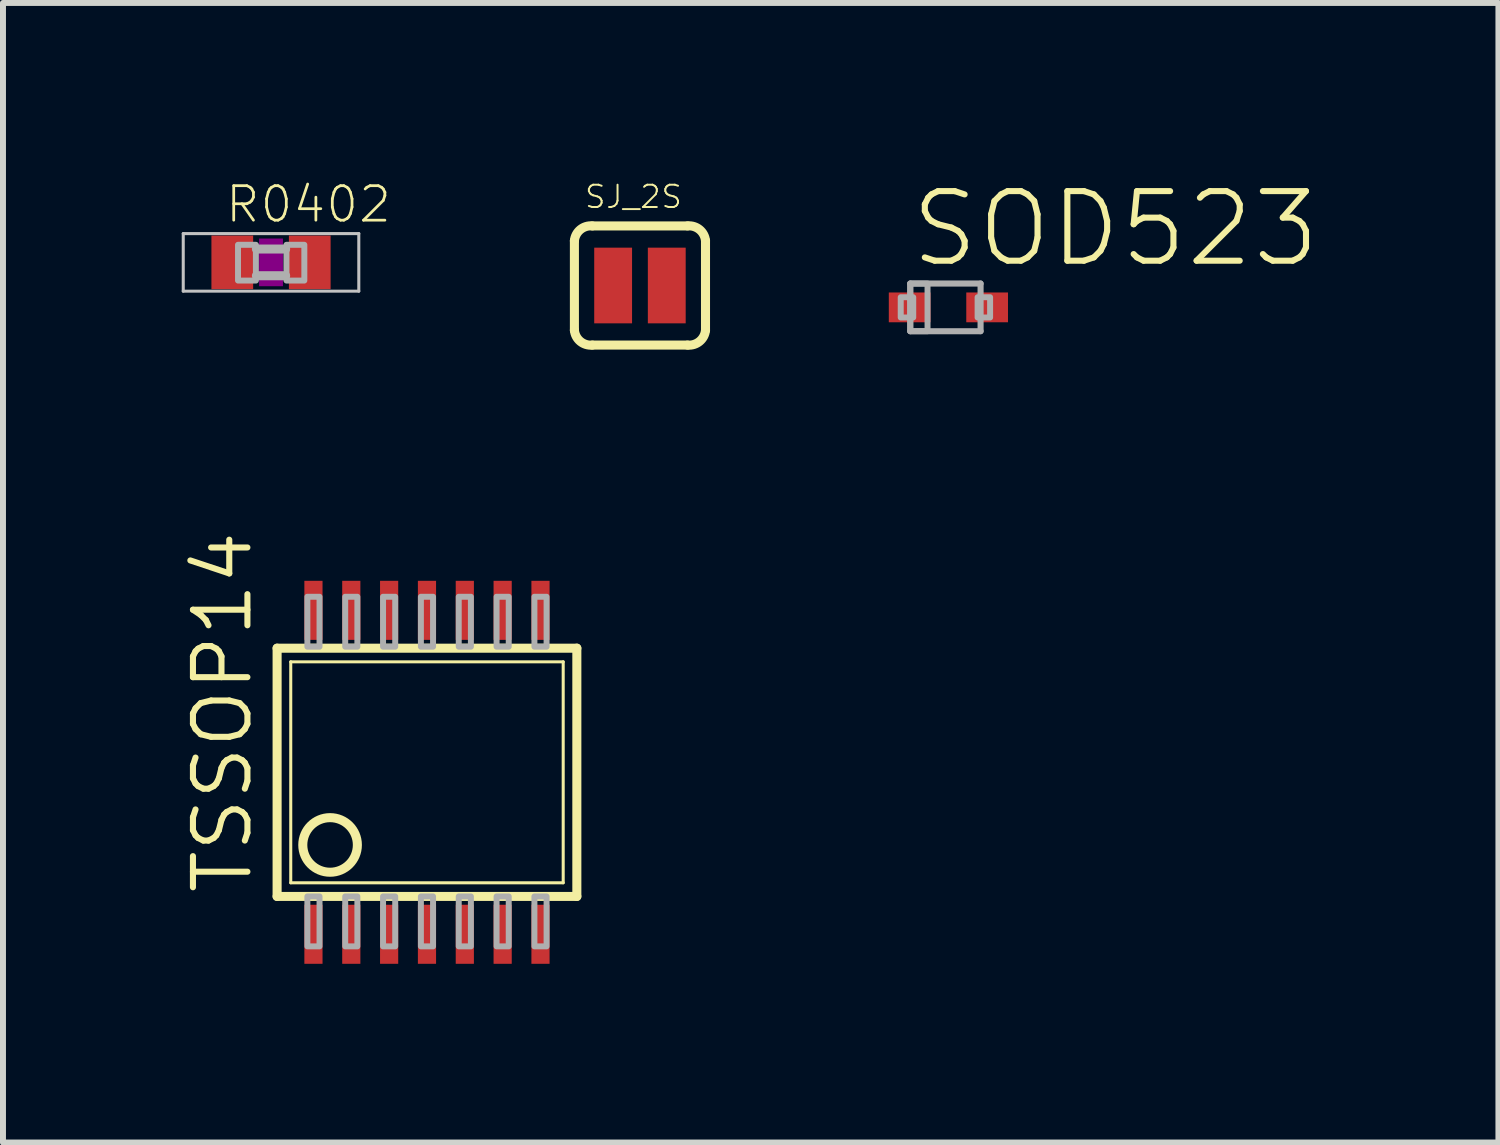
<source format=kicad_pcb>
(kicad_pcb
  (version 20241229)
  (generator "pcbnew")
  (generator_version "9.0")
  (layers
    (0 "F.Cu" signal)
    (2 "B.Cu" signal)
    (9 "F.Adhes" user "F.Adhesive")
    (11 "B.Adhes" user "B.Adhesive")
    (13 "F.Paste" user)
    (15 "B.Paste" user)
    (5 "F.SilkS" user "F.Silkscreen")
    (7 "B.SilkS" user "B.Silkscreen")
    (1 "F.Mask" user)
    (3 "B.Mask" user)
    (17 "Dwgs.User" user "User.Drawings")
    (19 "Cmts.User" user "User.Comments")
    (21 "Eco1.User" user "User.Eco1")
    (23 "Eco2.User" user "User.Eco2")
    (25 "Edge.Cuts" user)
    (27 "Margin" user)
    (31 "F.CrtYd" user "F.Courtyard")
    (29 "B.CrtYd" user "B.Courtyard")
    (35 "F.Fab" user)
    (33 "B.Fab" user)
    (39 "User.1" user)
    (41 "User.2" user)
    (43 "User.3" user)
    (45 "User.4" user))
  (footprint "SJ_2S"
    (layer "F.Cu")
    (at 7.689 1.741)
    (property "Reference" "SJ_2S" (at -0.95 -1.27 0) (layer "F.SilkS") (effects (font (size 0.374 0.374) (thickness 0.033)) (justify left bottom)))
    (fp_line (start -1.1 0.75) (end -1.1 -0.75) (stroke (width 0.152) (type solid)) (layer "F.SilkS"))
    (fp_line (start -0.8 -1) (end 0.8 -1) (stroke (width 0.152) (type solid)) (layer "F.SilkS"))
    (fp_line (start 0.8 1) (end -0.8 1) (stroke (width 0.152) (type solid)) (layer "F.SilkS"))
    (fp_line (start 1.1 0.75) (end 1.1 -0.75) (stroke (width 0.152) (type solid)) (layer "F.SilkS"))
    (fp_arc (start -1.1 -0.75) (mid -1.001777 -0.937132) (end -0.8 -1) (stroke (width 0.1524) (type solid)) (layer "F.SilkS"))
    (fp_arc (start -0.799998 1) (mid -1.001849 0.93722) (end -1.1 0.75) (stroke (width 0.1524) (type solid)) (layer "F.SilkS"))
    (fp_arc (start 0.8 -1) (mid 1.001777 -0.937132) (end 1.1 -0.75) (stroke (width 0.1524) (type solid)) (layer "F.SilkS"))
    (fp_arc (start 1.1 0.75) (mid 1.001777 0.937132) (end 0.8 1) (stroke (width 0.1524) (type solid)) (layer "F.SilkS"))
    (fp_poly (pts (xy -1 1) (xy 1 1) (xy 1 -1) (xy -1 -1)) (stroke (width 0) (type default)) (fill yes) (layer "F.Paste"))
    (pad "1" smd rect (at -0.45 0) (size 0.635 1.27) (layers "F.Cu" "F.Mask" "F.Paste"))
    (pad "2" smd rect (at 0.45 0) (size 0.635 1.27) (layers "F.Cu" "F.Mask" "F.Paste")))
  (footprint "TSSOP14"
    (layer "F.Cu")
    (at 4.115 9.91)
    (property "Reference" "TSSOP14" (at -2.896 2.083 90) (layer "F.SilkS") (effects (font (size 0.914 0.914) (thickness 0.102)) (justify left bottom)))
    (fp_line (start -2.515 2.083) (end -2.515 -2.083) (stroke (width 0.152) (type solid)) (layer "F.SilkS"))
    (fp_line (start -2.515 2.083) (end 2.515 2.083) (stroke (width 0.152) (type solid)) (layer "F.SilkS"))
    (fp_line (start -2.286 1.854) (end -2.286 -1.854) (stroke (width 0.051) (type solid)) (layer "F.SilkS"))
    (fp_line (start -2.286 1.854) (end 2.286 1.854) (stroke (width 0.051) (type solid)) (layer "F.SilkS"))
    (fp_line (start 2.286 -1.854) (end -2.286 -1.854) (stroke (width 0.051) (type solid)) (layer "F.SilkS"))
    (fp_line (start 2.286 -1.854) (end 2.286 1.854) (stroke (width 0.051) (type solid)) (layer "F.SilkS"))
    (fp_line (start 2.515 -2.083) (end -2.515 -2.083) (stroke (width 0.152) (type solid)) (layer "F.SilkS"))
    (fp_line (start 2.515 -2.083) (end 2.515 2.083) (stroke (width 0.152) (type solid)) (layer "F.SilkS"))
    (fp_circle (center -1.626 1.219) (end -1.168 1.219) (stroke (width 0.152) (type solid)) (fill no) (layer "F.SilkS"))
    (fp_poly (pts (xy -2.007 -2.108) (xy -1.803 -2.108) (xy -1.803 -2.946) (xy -2.007 -2.946)) (stroke (width 0.1) (type default)) (fill no) (layer "F.Fab"))
    (fp_poly (pts (xy -2.007 2.921) (xy -1.803 2.921) (xy -1.803 2.083) (xy -2.007 2.083)) (stroke (width 0.1) (type default)) (fill no) (layer "F.Fab"))
    (fp_poly (pts (xy -1.372 -2.108) (xy -1.168 -2.108) (xy -1.168 -2.946) (xy -1.372 -2.946)) (stroke (width 0.1) (type default)) (fill no) (layer "F.Fab"))
    (fp_poly (pts (xy -1.372 2.921) (xy -1.168 2.921) (xy -1.168 2.083) (xy -1.372 2.083)) (stroke (width 0.1) (type default)) (fill no) (layer "F.Fab"))
    (fp_poly (pts (xy -0.737 -2.108) (xy -0.533 -2.108) (xy -0.533 -2.946) (xy -0.737 -2.946)) (stroke (width 0.1) (type default)) (fill no) (layer "F.Fab"))
    (fp_poly (pts (xy -0.737 2.921) (xy -0.533 2.921) (xy -0.533 2.083) (xy -0.737 2.083)) (stroke (width 0.1) (type default)) (fill no) (layer "F.Fab"))
    (fp_poly (pts (xy -0.102 -2.108) (xy 0.102 -2.108) (xy 0.102 -2.946) (xy -0.102 -2.946)) (stroke (width 0.1) (type default)) (fill no) (layer "F.Fab"))
    (fp_poly (pts (xy -0.102 2.921) (xy 0.102 2.921) (xy 0.102 2.083) (xy -0.102 2.083)) (stroke (width 0.1) (type default)) (fill no) (layer "F.Fab"))
    (fp_poly (pts (xy 0.533 -2.108) (xy 0.737 -2.108) (xy 0.737 -2.946) (xy 0.533 -2.946)) (stroke (width 0.1) (type default)) (fill no) (layer "F.Fab"))
    (fp_poly (pts (xy 0.533 2.921) (xy 0.737 2.921) (xy 0.737 2.083) (xy 0.533 2.083)) (stroke (width 0.1) (type default)) (fill no) (layer "F.Fab"))
    (fp_poly (pts (xy 1.168 -2.108) (xy 1.372 -2.108) (xy 1.372 -2.946) (xy 1.168 -2.946)) (stroke (width 0.1) (type default)) (fill no) (layer "F.Fab"))
    (fp_poly (pts (xy 1.168 2.921) (xy 1.372 2.921) (xy 1.372 2.083) (xy 1.168 2.083)) (stroke (width 0.1) (type default)) (fill no) (layer "F.Fab"))
    (fp_poly (pts (xy 1.803 -2.108) (xy 2.007 -2.108) (xy 2.007 -2.946) (xy 1.803 -2.946)) (stroke (width 0.1) (type default)) (fill no) (layer "F.Fab"))
    (fp_poly (pts (xy 1.803 2.921) (xy 2.007 2.921) (xy 2.007 2.083) (xy 1.803 2.083)) (stroke (width 0.1) (type default)) (fill no) (layer "F.Fab"))
    (pad "1" smd rect (at -1.905 2.718) (size 0.305 0.991) (layers "F.Cu" "F.Mask" "F.Paste"))
    (pad "2" smd rect (at -1.27 2.718) (size 0.305 0.991) (layers "F.Cu" "F.Mask" "F.Paste"))
    (pad "3" smd rect (at -0.635 2.718) (size 0.305 0.991) (layers "F.Cu" "F.Mask" "F.Paste"))
    (pad "4" smd rect (at 0 2.718) (size 0.305 0.991) (layers "F.Cu" "F.Mask" "F.Paste"))
    (pad "5" smd rect (at 0.635 2.718) (size 0.305 0.991) (layers "F.Cu" "F.Mask" "F.Paste"))
    (pad "6" smd rect (at 1.27 2.718) (size 0.305 0.991) (layers "F.Cu" "F.Mask" "F.Paste"))
    (pad "7" smd rect (at 1.905 2.718) (size 0.305 0.991) (layers "F.Cu" "F.Mask" "F.Paste"))
    (pad "8" smd rect (at 1.905 -2.718) (size 0.305 0.991) (layers "F.Cu" "F.Mask" "F.Paste"))
    (pad "9" smd rect (at 1.27 -2.718) (size 0.305 0.991) (layers "F.Cu" "F.Mask" "F.Paste"))
    (pad "10" smd rect (at 0.635 -2.718) (size 0.305 0.991) (layers "F.Cu" "F.Mask" "F.Paste"))
    (pad "11" smd rect (at 0 -2.718) (size 0.305 0.991) (layers "F.Cu" "F.Mask" "F.Paste"))
    (pad "12" smd rect (at -0.635 -2.718) (size 0.305 0.991) (layers "F.Cu" "F.Mask" "F.Paste"))
    (pad "13" smd rect (at -1.27 -2.718) (size 0.305 0.991) (layers "F.Cu" "F.Mask" "F.Paste"))
    (pad "14" smd rect (at -1.905 -2.718) (size 0.305 0.991) (layers "F.Cu" "F.Mask" "F.Paste")))
  (footprint "R0402"
    (layer "F.Cu")
    (at 1.498 1.353)
    (property "Reference" "R0402" (at -0.794 -0.635 0) (layer "F.SilkS") (effects (font (size 0.579 0.579) (thickness 0.046)) (justify left bottom)))
    (attr through_hole)
    (fp_poly (pts (xy -0.2 0.4) (xy 0.2 0.4) (xy 0.2 -0.4) (xy -0.2 -0.4)) (stroke (width 0) (type solid)) (fill yes) (layer "F.Adhes"))
    (fp_line (start -1.473 -0.483) (end 1.473 -0.483) (stroke (width 0.051) (type solid)) (layer "Dwgs.User"))
    (fp_line (start -1.473 0.483) (end -1.473 -0.483) (stroke (width 0.051) (type solid)) (layer "Dwgs.User"))
    (fp_line (start 1.473 -0.483) (end 1.473 0.483) (stroke (width 0.051) (type solid)) (layer "Dwgs.User"))
    (fp_line (start 1.473 0.483) (end -1.473 0.483) (stroke (width 0.051) (type solid)) (layer "Dwgs.User"))
    (fp_line (start -0.245 -0.224) (end 0.245 -0.224) (stroke (width 0.152) (type solid)) (layer "F.Fab"))
    (fp_line (start 0.245 0.224) (end -0.245 0.224) (stroke (width 0.152) (type solid)) (layer "F.Fab"))
    (fp_poly (pts (xy -0.554 0.305) (xy -0.254 0.305) (xy -0.254 -0.295) (xy -0.554 -0.295)) (stroke (width 0.1) (type solid)) (fill no) (layer "F.Fab"))
    (fp_poly (pts (xy 0.259 0.305) (xy 0.559 0.305) (xy 0.559 -0.295) (xy 0.259 -0.295)) (stroke (width 0.1) (type solid)) (fill no) (layer "F.Fab"))
    (pad "1" smd rect (at -0.65 0) (size 0.7 0.9) (layers "F.Cu" "F.Mask" "F.Paste"))
    (pad "2" smd rect (at 0.65 0) (size 0.7 0.9) (layers "F.Cu" "F.Mask" "F.Paste")))
  (footprint "SOD523"
    (layer "F.Cu")
    (at 12.815 2.108)
    (property "Reference" "SOD523" (at -0.635 -0.635 0) (layer "F.SilkS") (effects (font (size 1.168 1.168) (thickness 0.102)) (justify left bottom)))
    (fp_line (start -0.59 -0.4) (end 0.59 -0.4) (stroke (width 0.102) (type solid)) (layer "F.Fab"))
    (fp_line (start -0.59 0.4) (end -0.59 -0.4) (stroke (width 0.102) (type solid)) (layer "F.Fab"))
    (fp_line (start 0.59 -0.4) (end 0.59 0.4) (stroke (width 0.102) (type solid)) (layer "F.Fab"))
    (fp_line (start 0.59 0.4) (end -0.59 0.4) (stroke (width 0.102) (type solid)) (layer "F.Fab"))
    (fp_poly (pts (xy -0.75 0.17) (xy -0.54 0.17) (xy -0.54 -0.17) (xy -0.75 -0.17)) (stroke (width 0.1) (type default)) (fill no) (layer "F.Fab"))
    (fp_poly (pts (xy -0.59 0.4) (xy -0.3 0.4) (xy -0.3 -0.4) (xy -0.59 -0.4)) (stroke (width 0.1) (type default)) (fill no) (layer "F.Fab"))
    (fp_poly (pts (xy 0.54 0.17) (xy 0.75 0.17) (xy 0.75 -0.17) (xy 0.54 -0.17)) (stroke (width 0.1) (type default)) (fill no) (layer "F.Fab"))
    (pad "A" smd rect (at 0.7 0) (size 0.7 0.5) (layers "F.Cu" "F.Mask" "F.Paste"))
    (pad "C" smd rect (at -0.6 0) (size 0.7 0.5) (layers "F.Cu" "F.Mask" "F.Paste")))
  (gr_rect
    (start -3 -3)
    (end 22.095 16.123)
    (stroke (width 0.1) (type default))
    (fill no)
    (layer "Edge.Cuts")))
</source>
